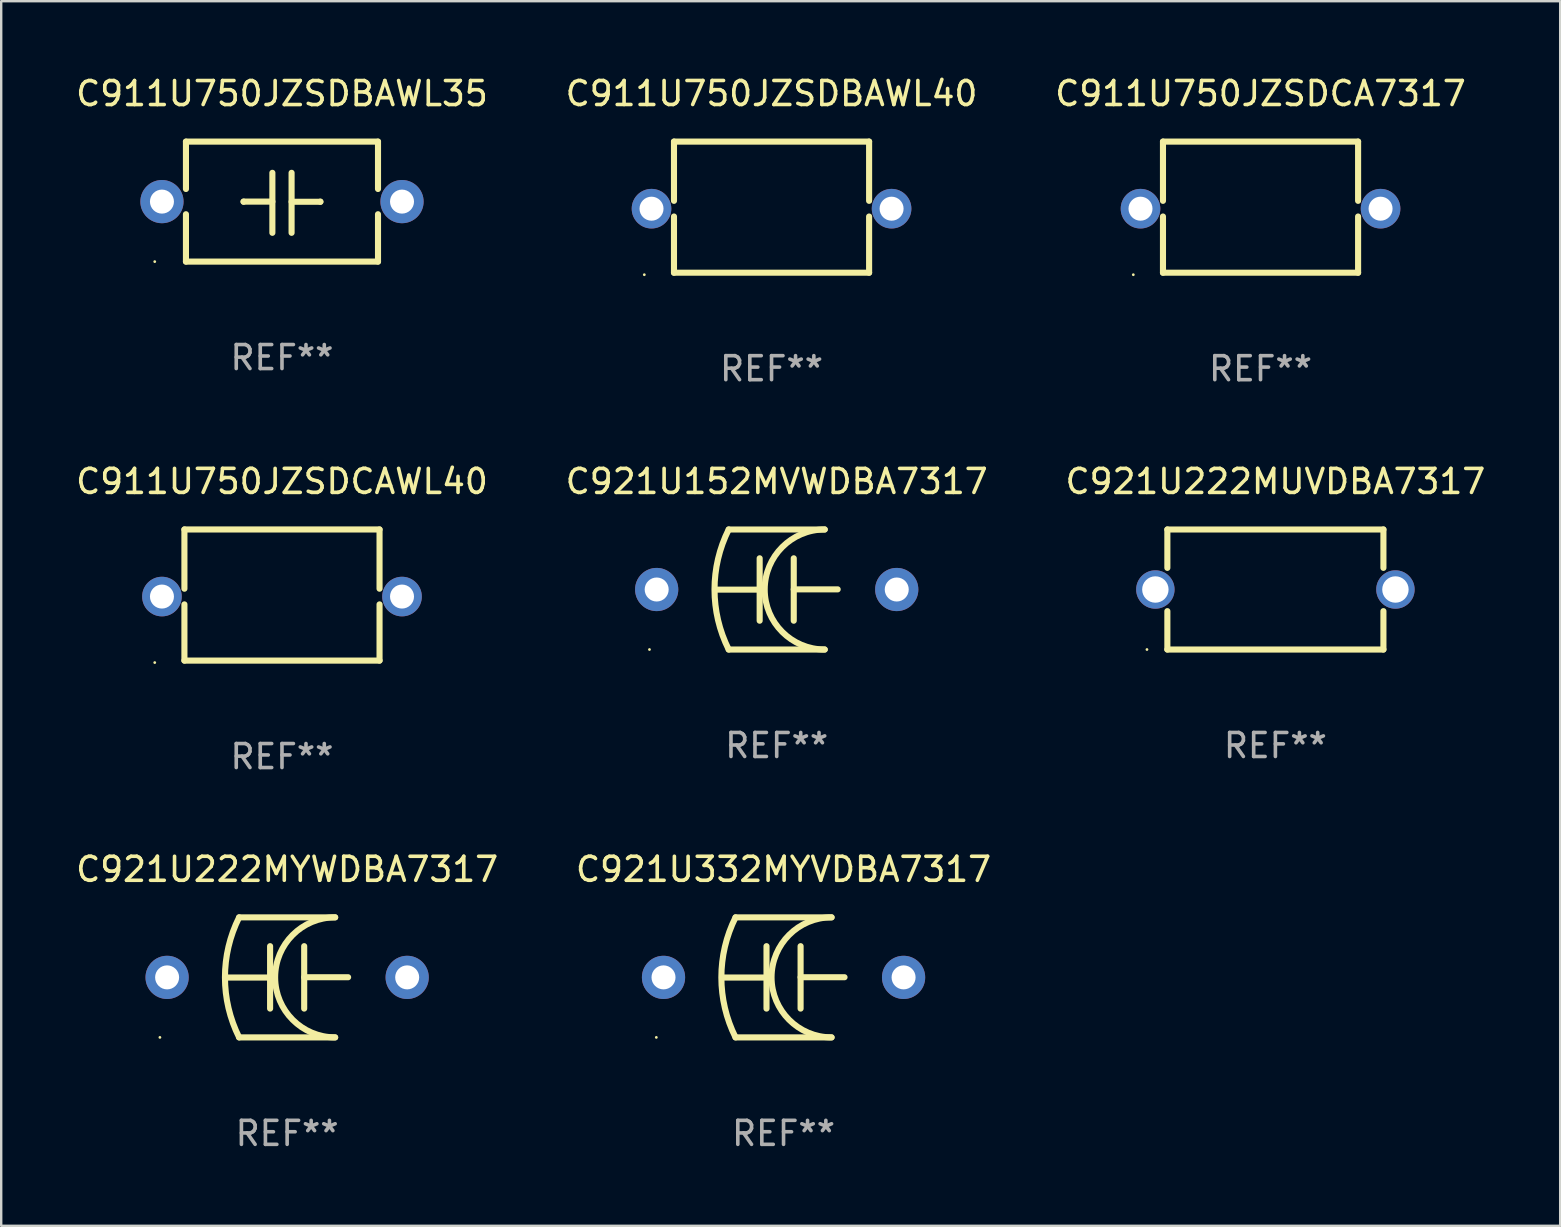
<source format=kicad_pcb>
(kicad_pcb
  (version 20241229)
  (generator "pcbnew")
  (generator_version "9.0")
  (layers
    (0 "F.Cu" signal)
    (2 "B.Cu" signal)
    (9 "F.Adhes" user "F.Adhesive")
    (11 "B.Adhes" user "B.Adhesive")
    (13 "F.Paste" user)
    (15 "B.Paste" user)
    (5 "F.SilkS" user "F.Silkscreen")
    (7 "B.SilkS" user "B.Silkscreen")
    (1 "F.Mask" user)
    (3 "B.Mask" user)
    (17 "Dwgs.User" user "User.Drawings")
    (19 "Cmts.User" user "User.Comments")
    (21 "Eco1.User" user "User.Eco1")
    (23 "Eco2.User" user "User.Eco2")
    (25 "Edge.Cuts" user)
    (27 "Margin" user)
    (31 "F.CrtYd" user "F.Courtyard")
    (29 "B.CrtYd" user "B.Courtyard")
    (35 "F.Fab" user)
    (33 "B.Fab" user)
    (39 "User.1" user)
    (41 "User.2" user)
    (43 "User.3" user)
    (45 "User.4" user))
  (footprint "C921U222MYWDBA7317"
    (layer "F.Cu")
    (at 8.911 37.663)
    (property "Reference" "C921U222MYWDBA7317" (at 0 -4.5 0) (layer "F.SilkS") (effects (font (size 1 1) (thickness 0.15))))
    (attr through_hole)
    (fp_line (start -2 -2.5) (end 2 -2.5) (stroke (width 0.254) (type solid)) (layer "F.SilkS"))
    (fp_line (start -0.71 -1.3) (end -0.71 1.3) (stroke (width 0.254) (type solid)) (layer "F.SilkS"))
    (fp_line (start -0.71 0.006) (end -2.54 0.006) (stroke (width 0.254) (type solid)) (layer "F.SilkS"))
    (fp_line (start 0.71 -0.006) (end 2.54 -0.006) (stroke (width 0.254) (type solid)) (layer "F.SilkS"))
    (fp_line (start 0.71 1.3) (end 0.71 -1.3) (stroke (width 0.254) (type solid)) (layer "F.SilkS"))
    (fp_line (start 2 2.5) (end -2 2.5) (stroke (width 0.254) (type solid)) (layer "F.SilkS"))
    (fp_arc (start -2 2.500178) (mid -2.590216 0.000098) (end -2.000076 -2.5) (stroke (width 0.254001) (type solid)) (layer "F.SilkS"))
    (fp_arc (start 1.999924 2.5) (mid -0.500025 -0.000838) (end 2.000508 -2.501092) (stroke (width 0.254001) (type solid)) (layer "F.SilkS"))
    (fp_circle (center -5.3 2.5) (end -5.27 2.5) (stroke (width 0.06) (type solid)) (fill no) (layer "F.SilkS"))
    (fp_text user "REF**" (at 0 6.5 0) (layer "F.Fab") (effects (font (size 1 1) (thickness 0.15))))
    (pad "1" thru_hole circle (at -5 0.000051) (size 1.8 1.8) (drill 1) (layers "*.Cu" "*.Mask"))
    (pad "2" thru_hole circle (at 5 0.000051) (size 1.8 1.8) (drill 1) (layers "*.Cu" "*.Mask")))
  (footprint "C921U222MUVDBA7317"
    (layer "F.Cu")
    (at 50.077 21.506)
    (property "Reference" "C921U222MUVDBA7317" (at 0 -4.5 0) (layer "F.SilkS") (effects (font (size 1 1) (thickness 0.15))))
    (attr through_hole)
    (fp_line (start -4.5 -2.5) (end 4.5 -2.5) (stroke (width 0.254) (type solid)) (layer "F.SilkS"))
    (fp_line (start -4.5 -0.901) (end -4.5 -2.5) (stroke (width 0.254) (type solid)) (layer "F.SilkS"))
    (fp_line (start -4.5 2.5) (end -4.5 0.901) (stroke (width 0.254) (type solid)) (layer "F.SilkS"))
    (fp_line (start -4.5 2.5) (end 4.5 2.5) (stroke (width 0.254) (type solid)) (layer "F.SilkS"))
    (fp_line (start 4.5 -0.901) (end 4.5 -2.5) (stroke (width 0.254) (type solid)) (layer "F.SilkS"))
    (fp_line (start 4.5 2.5) (end 4.5 0.901) (stroke (width 0.254) (type solid)) (layer "F.SilkS"))
    (fp_circle (center -5.35 2.5) (end -5.32 2.5) (stroke (width 0.06) (type solid)) (fill no) (layer "F.SilkS"))
    (fp_text user "REF**" (at 0 6.5 0) (layer "F.Fab") (effects (font (size 1 1) (thickness 0.15))))
    (pad "1" thru_hole circle (at -5 0) (size 1.6 1.6) (drill 1.1) (layers "*.Cu" "*.Mask"))
    (pad "2" thru_hole circle (at 5 0) (size 1.6 1.6) (drill 1.1) (layers "*.Cu" "*.Mask")))
  (footprint "C911U750JZSDBAWL35"
    (layer "F.Cu")
    (at 8.696 5.348)
    (property "Reference" "C911U750JZSDBAWL35" (at 0 -4.499 0) (layer "F.SilkS") (effects (font (size 1 1) (thickness 0.15))))
    (attr through_hole)
    (fp_line (start -4 -2.499) (end -4 -0.526) (stroke (width 0.254) (type solid)) (layer "F.SilkS"))
    (fp_line (start -4 -2.499) (end 4 -2.499) (stroke (width 0.254) (type solid)) (layer "F.SilkS"))
    (fp_line (start -4 0.526) (end -4 2.499) (stroke (width 0.254) (type solid)) (layer "F.SilkS"))
    (fp_line (start -1.6 0) (end -1.6 0.007) (stroke (width 0.254) (type solid)) (layer "F.SilkS"))
    (fp_line (start -0.4 0) (end -1.6 0) (stroke (width 0.254) (type solid)) (layer "F.SilkS"))
    (fp_line (start -0.4 1.3) (end -0.4 -1.2) (stroke (width 0.254) (type solid)) (layer "F.SilkS"))
    (fp_line (start 0.4 -1.2) (end 0.4 1.3) (stroke (width 0.254) (type solid)) (layer "F.SilkS"))
    (fp_line (start 0.4 0.007) (end 1.6 0.007) (stroke (width 0.254) (type solid)) (layer "F.SilkS"))
    (fp_line (start 1.6 0.007) (end 1.6 0) (stroke (width 0.254) (type solid)) (layer "F.SilkS"))
    (fp_line (start 4 -2.499) (end 4 -0.526) (stroke (width 0.254) (type solid)) (layer "F.SilkS"))
    (fp_line (start 4 0.526) (end 4 2.499) (stroke (width 0.254) (type solid)) (layer "F.SilkS"))
    (fp_line (start 4 2.499) (end -4 2.499) (stroke (width 0.254) (type solid)) (layer "F.SilkS"))
    (fp_circle (center -5.3 2.5) (end -5.27 2.5) (stroke (width 0.06) (type solid)) (fill no) (layer "F.SilkS"))
    (fp_text user "REF**" (at 0 6.499 0) (layer "F.Fab") (effects (font (size 1 1) (thickness 0.15))))
    (pad "1" thru_hole circle (at -5 0) (size 1.8 1.8) (drill 1) (layers "*.Cu" "*.Mask"))
    (pad "2" thru_hole circle (at 5 0) (size 1.8 1.8) (drill 1) (layers "*.Cu" "*.Mask")))
  (footprint "C911U750JZSDCA7317"
    (layer "F.Cu")
    (at 49.458 5.579)
    (property "Reference" "C911U750JZSDCA7317" (at 0 -4.731 0) (layer "F.SilkS") (effects (font (size 1 1) (thickness 0.15))))
    (attr through_hole)
    (fp_line (start -4.064 -2.731) (end -4.064 -0.263) (stroke (width 0.254) (type solid)) (layer "F.SilkS"))
    (fp_line (start -4.064 0.39) (end -4.064 2.731) (stroke (width 0.254) (type solid)) (layer "F.SilkS"))
    (fp_line (start -4.064 2.731) (end 4.064 2.731) (stroke (width 0.254) (type solid)) (layer "F.SilkS"))
    (fp_line (start 4.064 -2.731) (end -4.064 -2.731) (stroke (width 0.254) (type solid)) (layer "F.SilkS"))
    (fp_line (start 4.064 -0.263) (end 4.064 -2.731) (stroke (width 0.254) (type solid)) (layer "F.SilkS"))
    (fp_line (start 4.064 2.731) (end 4.064 0.39) (stroke (width 0.254) (type solid)) (layer "F.SilkS"))
    (fp_circle (center -5.3 2.814) (end -5.27 2.814) (stroke (width 0.06) (type solid)) (fill no) (layer "F.SilkS"))
    (fp_text user "REF**" (at 0 6.731 0) (layer "F.Fab") (effects (font (size 1 1) (thickness 0.15))))
    (pad "1" thru_hole circle (at -5 0.064) (size 1.65 1.65) (drill 1) (layers "*.Cu" "*.Mask"))
    (pad "2" thru_hole circle (at 5 0.064) (size 1.65 1.65) (drill 1) (layers "*.Cu" "*.Mask")))
  (footprint "C911U750JZSDBAWL40"
    (layer "F.Cu")
    (at 29.089 5.579)
    (property "Reference" "C911U750JZSDBAWL40" (at 0 -4.731 0) (layer "F.SilkS") (effects (font (size 1 1) (thickness 0.15))))
    (attr through_hole)
    (fp_line (start -4.064 -2.731) (end -4.064 -0.263) (stroke (width 0.254) (type solid)) (layer "F.SilkS"))
    (fp_line (start -4.064 0.39) (end -4.064 2.731) (stroke (width 0.254) (type solid)) (layer "F.SilkS"))
    (fp_line (start -4.064 2.731) (end 4.064 2.731) (stroke (width 0.254) (type solid)) (layer "F.SilkS"))
    (fp_line (start 4.064 -2.731) (end -4.064 -2.731) (stroke (width 0.254) (type solid)) (layer "F.SilkS"))
    (fp_line (start 4.064 -0.263) (end 4.064 -2.731) (stroke (width 0.254) (type solid)) (layer "F.SilkS"))
    (fp_line (start 4.064 2.731) (end 4.064 0.39) (stroke (width 0.254) (type solid)) (layer "F.SilkS"))
    (fp_circle (center -5.3 2.814) (end -5.27 2.814) (stroke (width 0.06) (type solid)) (fill no) (layer "F.SilkS"))
    (fp_text user "REF**" (at 0 6.731 0) (layer "F.Fab") (effects (font (size 1 1) (thickness 0.15))))
    (pad "1" thru_hole circle (at -5 0.064) (size 1.65 1.65) (drill 1) (layers "*.Cu" "*.Mask"))
    (pad "2" thru_hole circle (at 5 0.064) (size 1.65 1.65) (drill 1) (layers "*.Cu" "*.Mask")))
  (footprint "C921U332MYVDBA7317"
    (layer "F.Cu")
    (at 29.589 37.663)
    (property "Reference" "C921U332MYVDBA7317" (at 0 -4.5 0) (layer "F.SilkS") (effects (font (size 1 1) (thickness 0.15))))
    (attr through_hole)
    (fp_line (start -2 -2.5) (end 2 -2.5) (stroke (width 0.254) (type solid)) (layer "F.SilkS"))
    (fp_line (start -0.71 -1.3) (end -0.71 1.3) (stroke (width 0.254) (type solid)) (layer "F.SilkS"))
    (fp_line (start -0.71 0.006) (end -2.54 0.006) (stroke (width 0.254) (type solid)) (layer "F.SilkS"))
    (fp_line (start 0.71 -0.006) (end 2.54 -0.006) (stroke (width 0.254) (type solid)) (layer "F.SilkS"))
    (fp_line (start 0.71 1.3) (end 0.71 -1.3) (stroke (width 0.254) (type solid)) (layer "F.SilkS"))
    (fp_line (start 2 2.5) (end -2 2.5) (stroke (width 0.254) (type solid)) (layer "F.SilkS"))
    (fp_arc (start -2 2.500178) (mid -2.590216 0.000098) (end -2.000076 -2.5) (stroke (width 0.254001) (type solid)) (layer "F.SilkS"))
    (fp_arc (start 1.999924 2.5) (mid -0.500025 -0.000838) (end 2.000508 -2.501092) (stroke (width 0.254001) (type solid)) (layer "F.SilkS"))
    (fp_circle (center -5.3 2.5) (end -5.27 2.5) (stroke (width 0.06) (type solid)) (fill no) (layer "F.SilkS"))
    (fp_text user "REF**" (at 0 6.5 0) (layer "F.Fab") (effects (font (size 1 1) (thickness 0.15))))
    (pad "1" thru_hole circle (at -5 0.000051) (size 1.8 1.8) (drill 1) (layers "*.Cu" "*.Mask"))
    (pad "2" thru_hole circle (at 5 0.000051) (size 1.8 1.8) (drill 1) (layers "*.Cu" "*.Mask")))
  (footprint "C921U152MVWDBA7317"
    (layer "F.Cu")
    (at 29.304 21.506)
    (property "Reference" "C921U152MVWDBA7317" (at 0 -4.5 0) (layer "F.SilkS") (effects (font (size 1 1) (thickness 0.15))))
    (attr through_hole)
    (fp_line (start -2 -2.5) (end 2 -2.5) (stroke (width 0.254) (type solid)) (layer "F.SilkS"))
    (fp_line (start -0.71 -1.3) (end -0.71 1.3) (stroke (width 0.254) (type solid)) (layer "F.SilkS"))
    (fp_line (start -0.71 0.006) (end -2.54 0.006) (stroke (width 0.254) (type solid)) (layer "F.SilkS"))
    (fp_line (start 0.71 -0.006) (end 2.54 -0.006) (stroke (width 0.254) (type solid)) (layer "F.SilkS"))
    (fp_line (start 0.71 1.3) (end 0.71 -1.3) (stroke (width 0.254) (type solid)) (layer "F.SilkS"))
    (fp_line (start 2 2.5) (end -2 2.5) (stroke (width 0.254) (type solid)) (layer "F.SilkS"))
    (fp_arc (start -2 2.500178) (mid -2.590216 0.000098) (end -2.000076 -2.5) (stroke (width 0.254001) (type solid)) (layer "F.SilkS"))
    (fp_arc (start 1.999924 2.5) (mid -0.500025 -0.000838) (end 2.000508 -2.501092) (stroke (width 0.254001) (type solid)) (layer "F.SilkS"))
    (fp_circle (center -5.3 2.5) (end -5.27 2.5) (stroke (width 0.06) (type solid)) (fill no) (layer "F.SilkS"))
    (fp_text user "REF**" (at 0 6.5 0) (layer "F.Fab") (effects (font (size 1 1) (thickness 0.15))))
    (pad "1" thru_hole circle (at -5 0.000051) (size 1.8 1.8) (drill 1) (layers "*.Cu" "*.Mask"))
    (pad "2" thru_hole circle (at 5 0.000051) (size 1.8 1.8) (drill 1) (layers "*.Cu" "*.Mask")))
  (footprint "C911U750JZSDCAWL40"
    (layer "F.Cu")
    (at 8.696 21.736)
    (property "Reference" "C911U750JZSDCAWL40" (at 0 -4.731 0) (layer "F.SilkS") (effects (font (size 1 1) (thickness 0.15))))
    (attr through_hole)
    (fp_line (start -4.064 -2.731) (end -4.064 -0.263) (stroke (width 0.254) (type solid)) (layer "F.SilkS"))
    (fp_line (start -4.064 0.39) (end -4.064 2.731) (stroke (width 0.254) (type solid)) (layer "F.SilkS"))
    (fp_line (start -4.064 2.731) (end 4.064 2.731) (stroke (width 0.254) (type solid)) (layer "F.SilkS"))
    (fp_line (start 4.064 -2.731) (end -4.064 -2.731) (stroke (width 0.254) (type solid)) (layer "F.SilkS"))
    (fp_line (start 4.064 -0.263) (end 4.064 -2.731) (stroke (width 0.254) (type solid)) (layer "F.SilkS"))
    (fp_line (start 4.064 2.731) (end 4.064 0.39) (stroke (width 0.254) (type solid)) (layer "F.SilkS"))
    (fp_circle (center -5.3 2.814) (end -5.27 2.814) (stroke (width 0.06) (type solid)) (fill no) (layer "F.SilkS"))
    (fp_text user "REF**" (at 0 6.731 0) (layer "F.Fab") (effects (font (size 1 1) (thickness 0.15))))
    (pad "1" thru_hole circle (at -5 0.064) (size 1.65 1.65) (drill 1) (layers "*.Cu" "*.Mask"))
    (pad "2" thru_hole circle (at 5 0.064) (size 1.65 1.65) (drill 1) (layers "*.Cu" "*.Mask")))
  (gr_rect
    (start -3 -3)
    (end 61.94 48.012)
    (stroke (width 0.1) (type default))
    (fill no)
    (layer "Edge.Cuts")))
</source>
